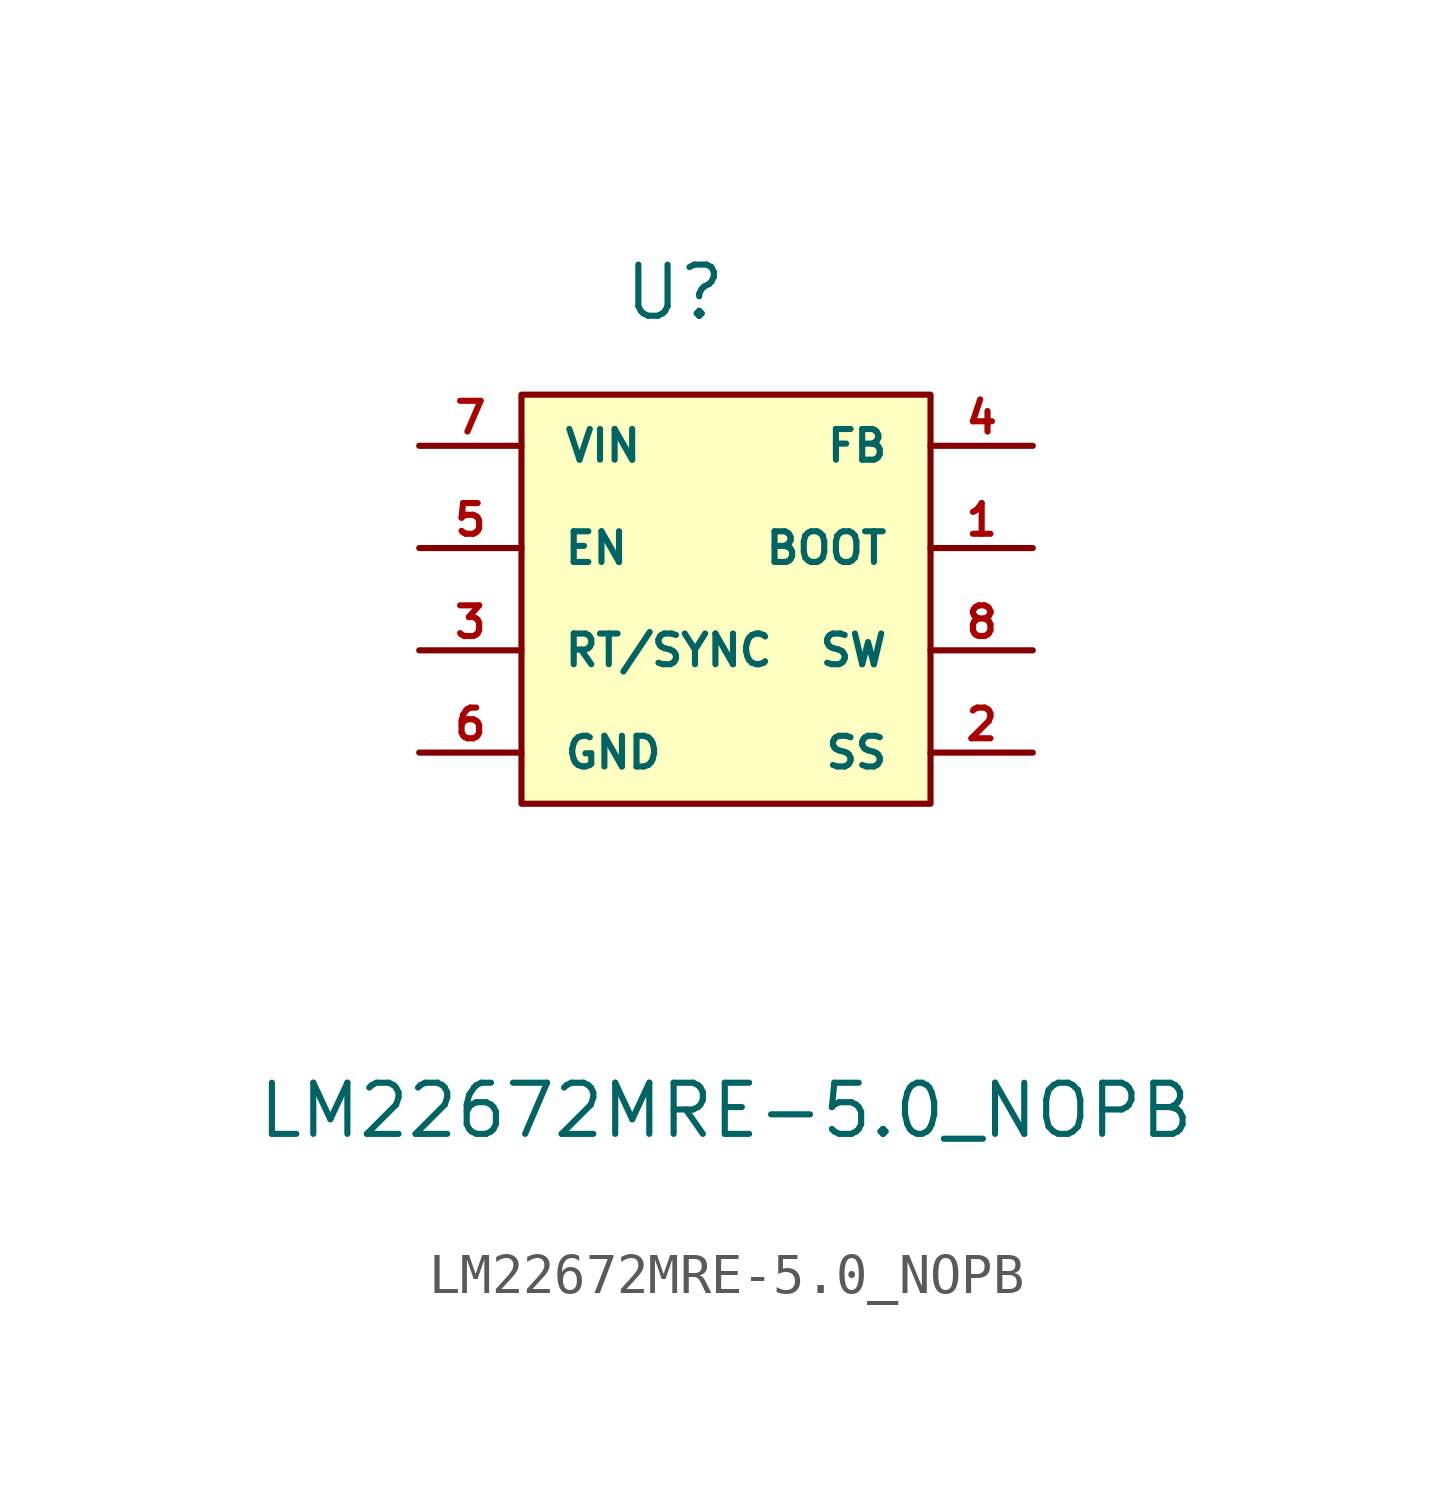
<source format=kicad_sym>
(kicad_symbol_lib
  (version 20220914)
  (generator kicad_symbol_editor)
  (symbol "LM22672MRE-5.0_NOPB"
    (pin_names
      (offset 1.016))
    (property "Reference" "U"
      (at -1.27 8.89 0)
      (effects (font (size 1.27 1.27))))
    (property "Value" "LM22672MRE-5.0_NOPB"
      (at 0 -11.43 0)
      (effects (font (size 1.27 1.27))))
    (symbol "LM22672MRE-5.0_NOPB_0_1"
      (rectangle (start -5.08 6.35) (end 5.08 -3.81) (stroke (width 0) (type default)) (fill (type background))))
    (symbol "LM22672MRE-5.0_NOPB_1_1"
      (pin input line (at 7.62 2.54 180) (length 2.54) (name "BOOT" (effects (font (size 0.762 0.762)))) (number "1" (effects (font (size 0.762 0.762)))))
      (pin input line (at 7.62 -2.54 180) (length 2.54) (name "SS" (effects (font (size 0.762 0.762)))) (number "2" (effects (font (size 0.762 0.762)))))
      (pin passive line (at -7.62 0 0) (length 2.54) (name "RT/SYNC" (effects (font (size 0.762 0.762)))) (number "3" (effects (font (size 0.762 0.762)))))
      (pin input line (at 7.62 5.08 180) (length 2.54) (name "FB" (effects (font (size 0.762 0.762)))) (number "4" (effects (font (size 0.762 0.762)))))
      (pin input line (at -7.62 2.54 0) (length 2.54) (name "EN" (effects (font (size 0.762 0.762)))) (number "5" (effects (font (size 0.762 0.762)))))
      (pin input line (at -7.62 -2.54 0) (length 2.54) (name "GND" (effects (font (size 0.762 0.762)))) (number "6" (effects (font (size 0.762 0.762)))))
      (pin input line (at -7.62 5.08 0) (length 2.54) (name "VIN" (effects (font (size 0.762 0.762)))) (number "7" (effects (font (size 0.762 0.762)))))
      (pin output line (at 7.62 0 180) (length 2.54) (name "SW" (effects (font (size 0.762 0.762)))) (number "8" (effects (font (size 0.762 0.762))))))))
</source>
